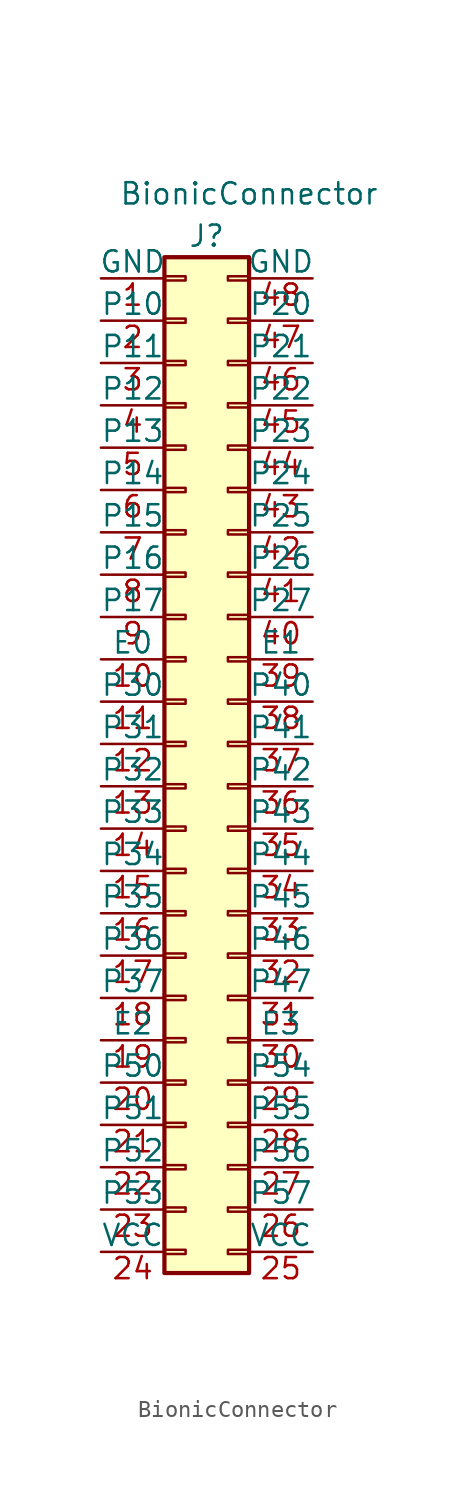
<source format=kicad_sym>
(kicad_symbol_lib
  (version 20220914)
  (generator kicad_symbol_editor)
  (symbol "BionicConnector"
    (pin_names
      (offset 0))
    (property "Reference" "J"
      (at 1.27 30.48 0)
      (effects (font (size 1.27 1.27))))
    (property "Value" "BionicConnector"
      (at 3.81 33.02 0)
      (effects (font (size 1.27 1.27))))
    (symbol "BionicConnector_1_1"
      (rectangle (start -1.27 -30.353) (end 0 -30.607) (stroke (width 0.152) (type default)) (fill (type none)))
      (rectangle (start -1.27 -27.813) (end 0 -28.067) (stroke (width 0.152) (type default)) (fill (type none)))
      (rectangle (start -1.27 -25.273) (end 0 -25.527) (stroke (width 0.152) (type default)) (fill (type none)))
      (rectangle (start -1.27 -22.733) (end 0 -22.987) (stroke (width 0.152) (type default)) (fill (type none)))
      (rectangle (start -1.27 -20.193) (end 0 -20.447) (stroke (width 0.152) (type default)) (fill (type none)))
      (rectangle (start -1.27 -17.653) (end 0 -17.907) (stroke (width 0.152) (type default)) (fill (type none)))
      (rectangle (start -1.27 -15.113) (end 0 -15.367) (stroke (width 0.152) (type default)) (fill (type none)))
      (rectangle (start -1.27 -12.573) (end 0 -12.827) (stroke (width 0.152) (type default)) (fill (type none)))
      (rectangle (start -1.27 -10.033) (end 0 -10.287) (stroke (width 0.152) (type default)) (fill (type none)))
      (rectangle (start -1.27 -7.493) (end 0 -7.747) (stroke (width 0.152) (type default)) (fill (type none)))
      (rectangle (start -1.27 -4.953) (end 0 -5.207) (stroke (width 0.152) (type default)) (fill (type none)))
      (rectangle (start -1.27 -2.413) (end 0 -2.667) (stroke (width 0.152) (type default)) (fill (type none)))
      (rectangle (start -1.27 0.127) (end 0 -0.127) (stroke (width 0.152) (type default)) (fill (type none)))
      (rectangle (start -1.27 2.667) (end 0 2.413) (stroke (width 0.152) (type default)) (fill (type none)))
      (rectangle (start -1.27 5.207) (end 0 4.953) (stroke (width 0.152) (type default)) (fill (type none)))
      (rectangle (start -1.27 7.747) (end 0 7.493) (stroke (width 0.152) (type default)) (fill (type none)))
      (rectangle (start -1.27 10.287) (end 0 10.033) (stroke (width 0.152) (type default)) (fill (type none)))
      (rectangle (start -1.27 12.827) (end 0 12.573) (stroke (width 0.152) (type default)) (fill (type none)))
      (rectangle (start -1.27 15.367) (end 0 15.113) (stroke (width 0.152) (type default)) (fill (type none)))
      (rectangle (start -1.27 17.907) (end 0 17.653) (stroke (width 0.152) (type default)) (fill (type none)))
      (rectangle (start -1.27 20.447) (end 0 20.193) (stroke (width 0.152) (type default)) (fill (type none)))
      (rectangle (start -1.27 22.987) (end 0 22.733) (stroke (width 0.152) (type default)) (fill (type none)))
      (rectangle (start -1.27 25.527) (end 0 25.273) (stroke (width 0.152) (type default)) (fill (type none)))
      (rectangle (start -1.27 28.067) (end 0 27.813) (stroke (width 0.152) (type default)) (fill (type none)))
      (rectangle (start -1.27 29.21) (end 3.81 -31.75) (stroke (width 0.254) (type default)) (fill (type background)))
      (rectangle (start 3.81 -30.353) (end 2.54 -30.607) (stroke (width 0.152) (type default)) (fill (type none)))
      (rectangle (start 3.81 -27.813) (end 2.54 -28.067) (stroke (width 0.152) (type default)) (fill (type none)))
      (rectangle (start 3.81 -25.273) (end 2.54 -25.527) (stroke (width 0.152) (type default)) (fill (type none)))
      (rectangle (start 3.81 -22.733) (end 2.54 -22.987) (stroke (width 0.152) (type default)) (fill (type none)))
      (rectangle (start 3.81 -20.193) (end 2.54 -20.447) (stroke (width 0.152) (type default)) (fill (type none)))
      (rectangle (start 3.81 -17.653) (end 2.54 -17.907) (stroke (width 0.152) (type default)) (fill (type none)))
      (rectangle (start 3.81 -15.113) (end 2.54 -15.367) (stroke (width 0.152) (type default)) (fill (type none)))
      (rectangle (start 3.81 -12.573) (end 2.54 -12.827) (stroke (width 0.152) (type default)) (fill (type none)))
      (rectangle (start 3.81 -10.033) (end 2.54 -10.287) (stroke (width 0.152) (type default)) (fill (type none)))
      (rectangle (start 3.81 -7.493) (end 2.54 -7.747) (stroke (width 0.152) (type default)) (fill (type none)))
      (rectangle (start 3.81 -4.953) (end 2.54 -5.207) (stroke (width 0.152) (type default)) (fill (type none)))
      (rectangle (start 3.81 -2.413) (end 2.54 -2.667) (stroke (width 0.152) (type default)) (fill (type none)))
      (rectangle (start 3.81 0.127) (end 2.54 -0.127) (stroke (width 0.152) (type default)) (fill (type none)))
      (rectangle (start 3.81 2.667) (end 2.54 2.413) (stroke (width 0.152) (type default)) (fill (type none)))
      (rectangle (start 3.81 5.207) (end 2.54 4.953) (stroke (width 0.152) (type default)) (fill (type none)))
      (rectangle (start 3.81 7.747) (end 2.54 7.493) (stroke (width 0.152) (type default)) (fill (type none)))
      (rectangle (start 3.81 10.287) (end 2.54 10.033) (stroke (width 0.152) (type default)) (fill (type none)))
      (rectangle (start 3.81 12.827) (end 2.54 12.573) (stroke (width 0.152) (type default)) (fill (type none)))
      (rectangle (start 3.81 15.367) (end 2.54 15.113) (stroke (width 0.152) (type default)) (fill (type none)))
      (rectangle (start 3.81 17.907) (end 2.54 17.653) (stroke (width 0.152) (type default)) (fill (type none)))
      (rectangle (start 3.81 20.447) (end 2.54 20.193) (stroke (width 0.152) (type default)) (fill (type none)))
      (rectangle (start 3.81 22.987) (end 2.54 22.733) (stroke (width 0.152) (type default)) (fill (type none)))
      (rectangle (start 3.81 25.527) (end 2.54 25.273) (stroke (width 0.152) (type default)) (fill (type none)))
      (rectangle (start 3.81 28.067) (end 2.54 27.813) (stroke (width 0.152) (type default)) (fill (type none)))
      (pin power_out line (at -5.08 27.94 0) (length 3.81) (name "GND" (effects (font (size 1.27 1.27)))) (number "1" (effects (font (size 1.27 1.27)))))
      (pin bidirectional line (at -5.08 5.08 0) (length 3.81) (name "E0" (effects (font (size 1.27 1.27)))) (number "10" (effects (font (size 1.27 1.27)))))
      (pin bidirectional line (at -5.08 2.54 0) (length 3.81) (name "P30" (effects (font (size 1.27 1.27)))) (number "11" (effects (font (size 1.27 1.27)))))
      (pin bidirectional line (at -5.08 0 0) (length 3.81) (name "P31" (effects (font (size 1.27 1.27)))) (number "12" (effects (font (size 1.27 1.27)))))
      (pin bidirectional line (at -5.08 -2.54 0) (length 3.81) (name "P32" (effects (font (size 1.27 1.27)))) (number "13" (effects (font (size 1.27 1.27)))))
      (pin bidirectional line (at -5.08 -5.08 0) (length 3.81) (name "P33" (effects (font (size 1.27 1.27)))) (number "14" (effects (font (size 1.27 1.27)))))
      (pin bidirectional line (at -5.08 -7.62 0) (length 3.81) (name "P34" (effects (font (size 1.27 1.27)))) (number "15" (effects (font (size 1.27 1.27)))))
      (pin bidirectional line (at -5.08 -10.16 0) (length 3.81) (name "P35" (effects (font (size 1.27 1.27)))) (number "16" (effects (font (size 1.27 1.27)))))
      (pin bidirectional line (at -5.08 -12.7 0) (length 3.81) (name "P36" (effects (font (size 1.27 1.27)))) (number "17" (effects (font (size 1.27 1.27)))))
      (pin bidirectional line (at -5.08 -15.24 0) (length 3.81) (name "P37" (effects (font (size 1.27 1.27)))) (number "18" (effects (font (size 1.27 1.27)))))
      (pin bidirectional line (at -5.08 -17.78 0) (length 3.81) (name "E2" (effects (font (size 1.27 1.27)))) (number "19" (effects (font (size 1.27 1.27)))))
      (pin bidirectional line (at -5.08 25.4 0) (length 3.81) (name "P10" (effects (font (size 1.27 1.27)))) (number "2" (effects (font (size 1.27 1.27)))))
      (pin bidirectional line (at -5.08 -20.32 0) (length 3.81) (name "P50" (effects (font (size 1.27 1.27)))) (number "20" (effects (font (size 1.27 1.27)))))
      (pin bidirectional line (at -5.08 -22.86 0) (length 3.81) (name "P51" (effects (font (size 1.27 1.27)))) (number "21" (effects (font (size 1.27 1.27)))))
      (pin bidirectional line (at -5.08 -25.4 0) (length 3.81) (name "P52" (effects (font (size 1.27 1.27)))) (number "22" (effects (font (size 1.27 1.27)))))
      (pin bidirectional line (at -5.08 -27.94 0) (length 3.81) (name "P53" (effects (font (size 1.27 1.27)))) (number "23" (effects (font (size 1.27 1.27)))))
      (pin power_out line (at -5.08 -30.48 0) (length 3.81) (name "VCC" (effects (font (size 1.27 1.27)))) (number "24" (effects (font (size 1.27 1.27)))))
      (pin power_in line (at 7.62 -30.48 180) (length 3.81) (name "VCC" (effects (font (size 1.27 1.27)))) (number "25" (effects (font (size 1.27 1.27)))))
      (pin bidirectional line (at 7.62 -27.94 180) (length 3.81) (name "P57" (effects (font (size 1.27 1.27)))) (number "26" (effects (font (size 1.27 1.27)))))
      (pin bidirectional line (at 7.62 -25.4 180) (length 3.81) (name "P56" (effects (font (size 1.27 1.27)))) (number "27" (effects (font (size 1.27 1.27)))))
      (pin bidirectional line (at 7.62 -22.86 180) (length 3.81) (name "P55" (effects (font (size 1.27 1.27)))) (number "28" (effects (font (size 1.27 1.27)))))
      (pin bidirectional line (at 7.62 -20.32 180) (length 3.81) (name "P54" (effects (font (size 1.27 1.27)))) (number "29" (effects (font (size 1.27 1.27)))))
      (pin bidirectional line (at -5.08 22.86 0) (length 3.81) (name "P11" (effects (font (size 1.27 1.27)))) (number "3" (effects (font (size 1.27 1.27)))))
      (pin bidirectional line (at 7.62 -17.78 180) (length 3.81) (name "E3" (effects (font (size 1.27 1.27)))) (number "30" (effects (font (size 1.27 1.27)))))
      (pin bidirectional line (at 7.62 -15.24 180) (length 3.81) (name "P47" (effects (font (size 1.27 1.27)))) (number "31" (effects (font (size 1.27 1.27)))))
      (pin bidirectional line (at 7.62 -12.7 180) (length 3.81) (name "P46" (effects (font (size 1.27 1.27)))) (number "32" (effects (font (size 1.27 1.27)))))
      (pin bidirectional line (at 7.62 -10.16 180) (length 3.81) (name "P45" (effects (font (size 1.27 1.27)))) (number "33" (effects (font (size 1.27 1.27)))))
      (pin bidirectional line (at 7.62 -7.62 180) (length 3.81) (name "P44" (effects (font (size 1.27 1.27)))) (number "34" (effects (font (size 1.27 1.27)))))
      (pin bidirectional line (at 7.62 -5.08 180) (length 3.81) (name "P43" (effects (font (size 1.27 1.27)))) (number "35" (effects (font (size 1.27 1.27)))))
      (pin bidirectional line (at 7.62 -2.54 180) (length 3.81) (name "P42" (effects (font (size 1.27 1.27)))) (number "36" (effects (font (size 1.27 1.27)))))
      (pin bidirectional line (at 7.62 0 180) (length 3.81) (name "P41" (effects (font (size 1.27 1.27)))) (number "37" (effects (font (size 1.27 1.27)))))
      (pin bidirectional line (at 7.62 2.54 180) (length 3.81) (name "P40" (effects (font (size 1.27 1.27)))) (number "38" (effects (font (size 1.27 1.27)))))
      (pin bidirectional line (at 7.62 5.08 180) (length 3.81) (name "E1" (effects (font (size 1.27 1.27)))) (number "39" (effects (font (size 1.27 1.27)))))
      (pin bidirectional line (at -5.08 20.32 0) (length 3.81) (name "P12" (effects (font (size 1.27 1.27)))) (number "4" (effects (font (size 1.27 1.27)))))
      (pin bidirectional line (at 7.62 7.62 180) (length 3.81) (name "P27" (effects (font (size 1.27 1.27)))) (number "40" (effects (font (size 1.27 1.27)))))
      (pin bidirectional line (at 7.62 10.16 180) (length 3.81) (name "P26" (effects (font (size 1.27 1.27)))) (number "41" (effects (font (size 1.27 1.27)))))
      (pin bidirectional line (at 7.62 12.7 180) (length 3.81) (name "P25" (effects (font (size 1.27 1.27)))) (number "42" (effects (font (size 1.27 1.27)))))
      (pin bidirectional line (at 7.62 15.24 180) (length 3.81) (name "P24" (effects (font (size 1.27 1.27)))) (number "43" (effects (font (size 1.27 1.27)))))
      (pin bidirectional line (at 7.62 17.78 180) (length 3.81) (name "P23" (effects (font (size 1.27 1.27)))) (number "44" (effects (font (size 1.27 1.27)))))
      (pin bidirectional line (at 7.62 20.32 180) (length 3.81) (name "P22" (effects (font (size 1.27 1.27)))) (number "45" (effects (font (size 1.27 1.27)))))
      (pin bidirectional line (at 7.62 22.86 180) (length 3.81) (name "P21" (effects (font (size 1.27 1.27)))) (number "46" (effects (font (size 1.27 1.27)))))
      (pin bidirectional line (at 7.62 25.4 180) (length 3.81) (name "P20" (effects (font (size 1.27 1.27)))) (number "47" (effects (font (size 1.27 1.27)))))
      (pin power_in line (at 7.62 27.94 180) (length 3.81) (name "GND" (effects (font (size 1.27 1.27)))) (number "48" (effects (font (size 1.27 1.27)))))
      (pin bidirectional line (at -5.08 17.78 0) (length 3.81) (name "P13" (effects (font (size 1.27 1.27)))) (number "5" (effects (font (size 1.27 1.27)))))
      (pin bidirectional line (at -5.08 15.24 0) (length 3.81) (name "P14" (effects (font (size 1.27 1.27)))) (number "6" (effects (font (size 1.27 1.27)))))
      (pin bidirectional line (at -5.08 12.7 0) (length 3.81) (name "P15" (effects (font (size 1.27 1.27)))) (number "7" (effects (font (size 1.27 1.27)))))
      (pin bidirectional line (at -5.08 10.16 0) (length 3.81) (name "P16" (effects (font (size 1.27 1.27)))) (number "8" (effects (font (size 1.27 1.27)))))
      (pin bidirectional line (at -5.08 7.62 0) (length 3.81) (name "P17" (effects (font (size 1.27 1.27)))) (number "9" (effects (font (size 1.27 1.27))))))))
</source>
